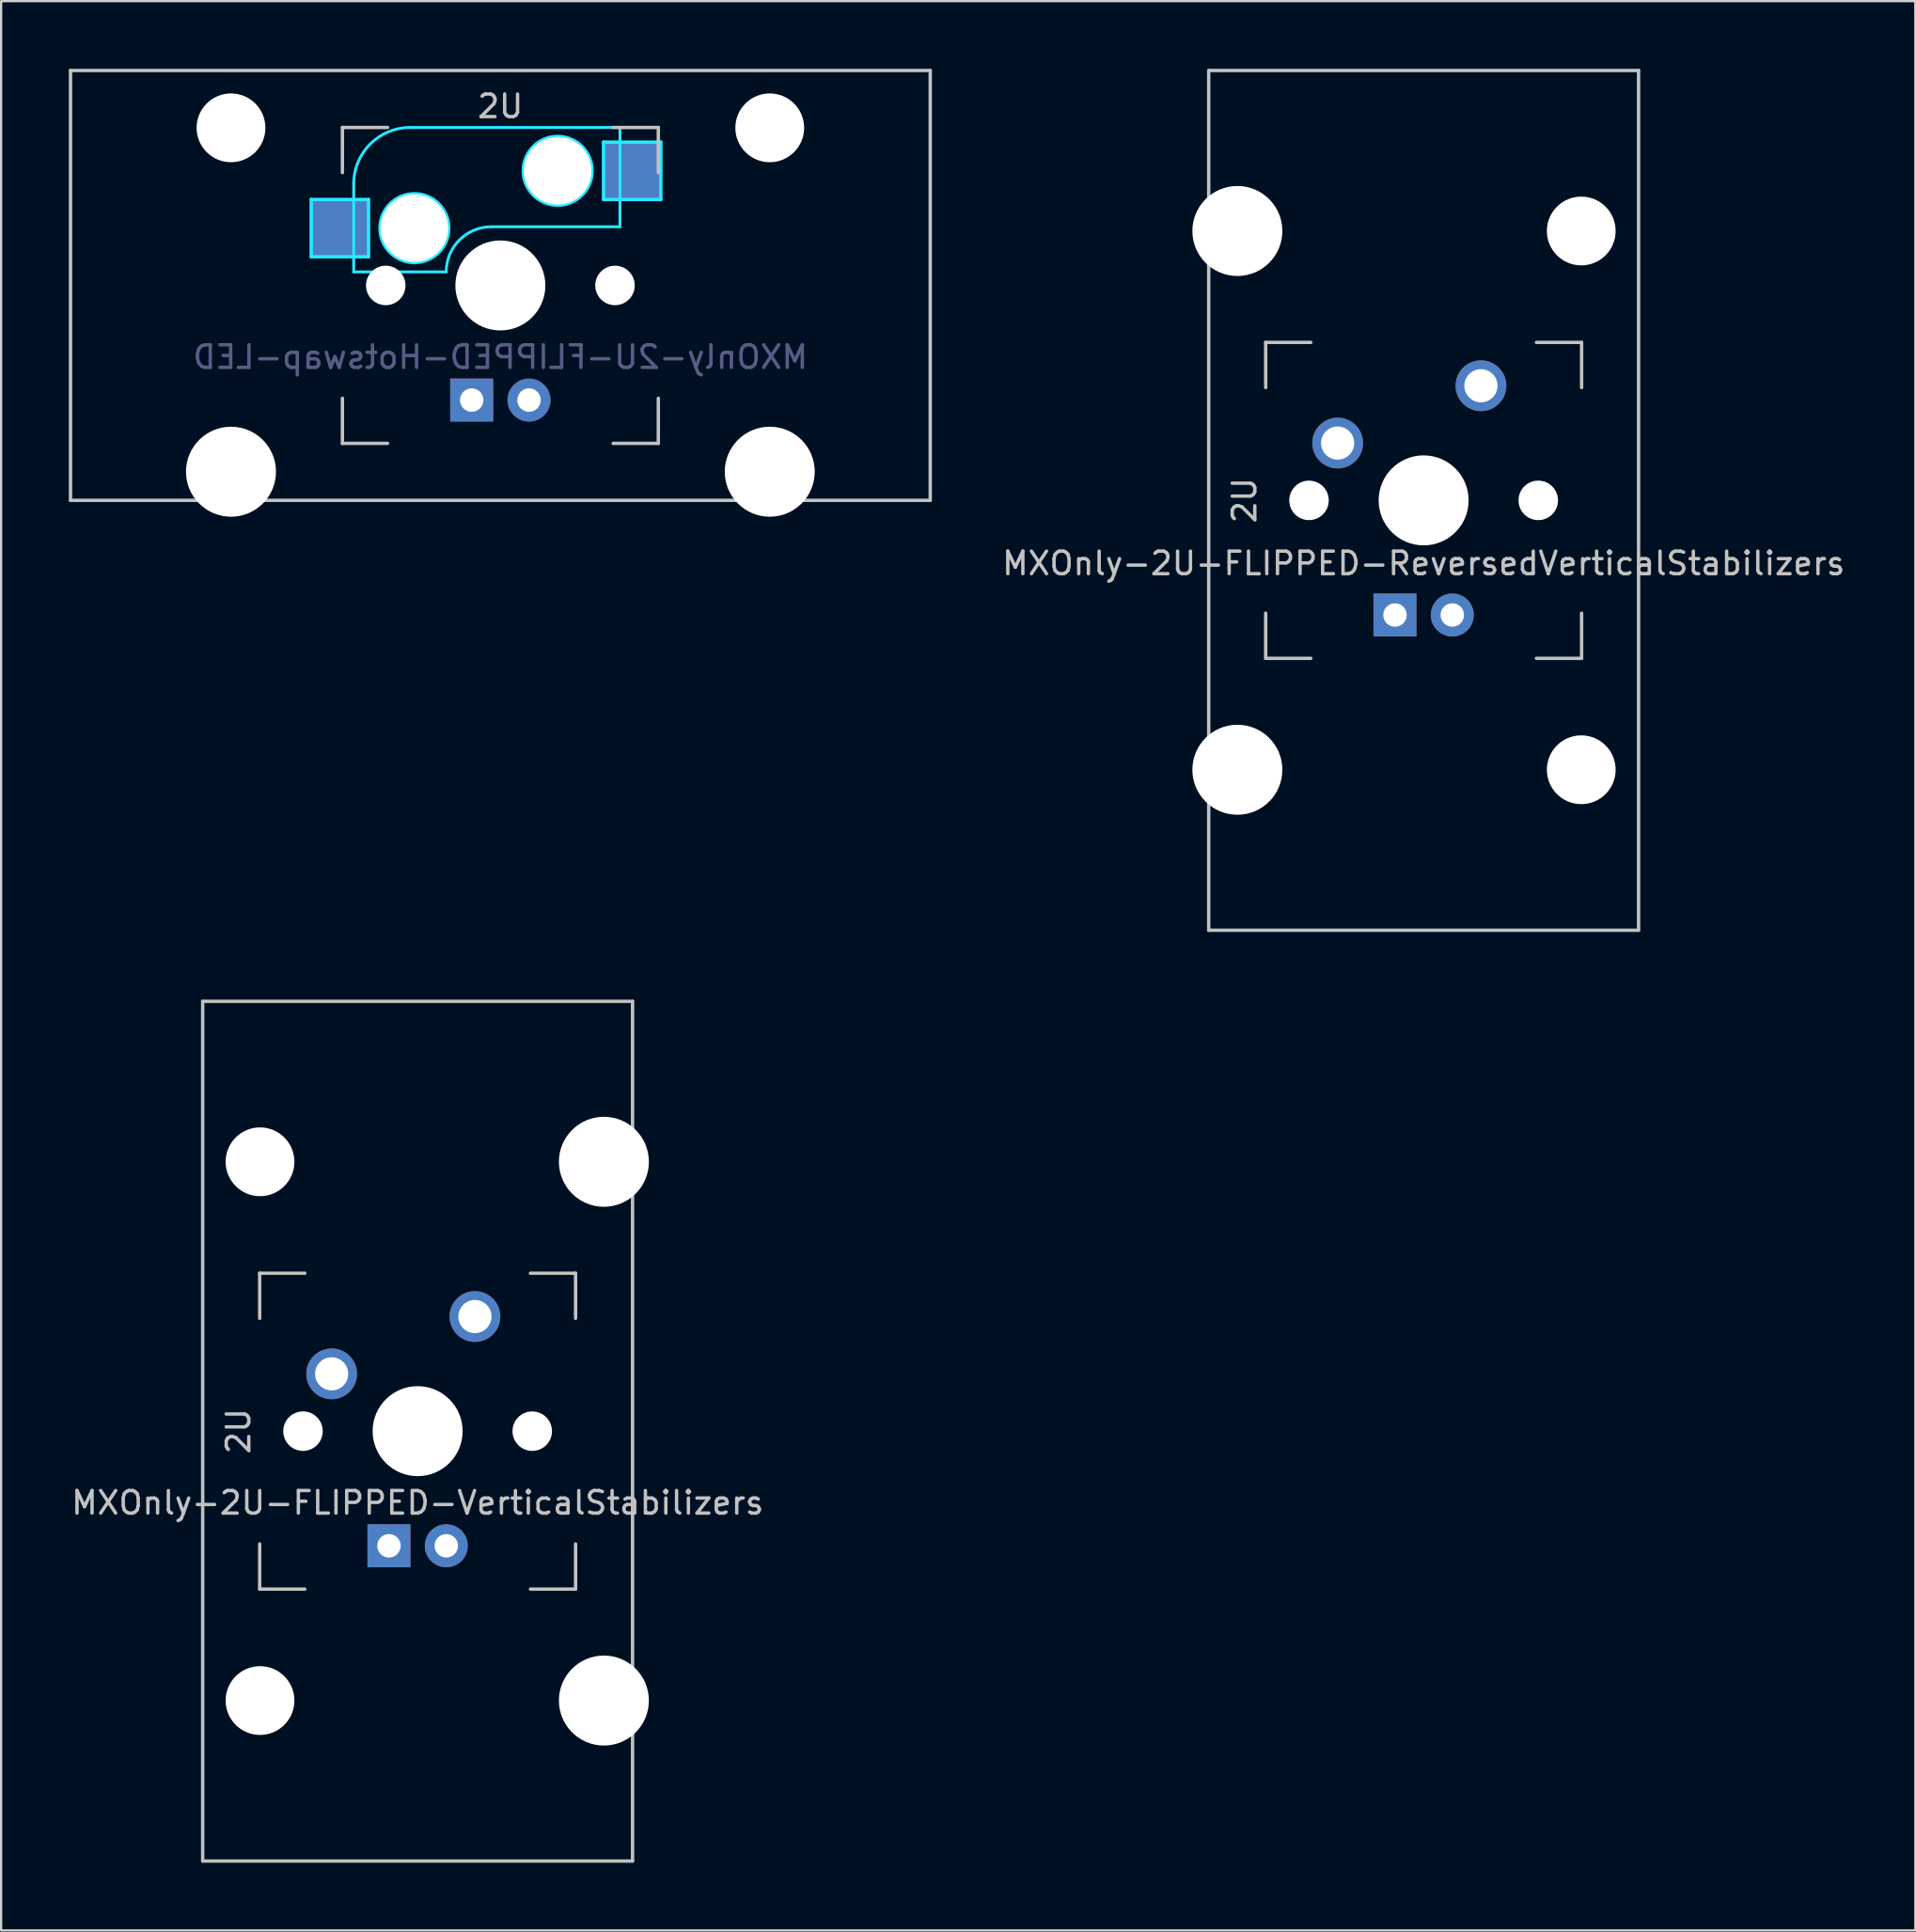
<source format=kicad_pcb>
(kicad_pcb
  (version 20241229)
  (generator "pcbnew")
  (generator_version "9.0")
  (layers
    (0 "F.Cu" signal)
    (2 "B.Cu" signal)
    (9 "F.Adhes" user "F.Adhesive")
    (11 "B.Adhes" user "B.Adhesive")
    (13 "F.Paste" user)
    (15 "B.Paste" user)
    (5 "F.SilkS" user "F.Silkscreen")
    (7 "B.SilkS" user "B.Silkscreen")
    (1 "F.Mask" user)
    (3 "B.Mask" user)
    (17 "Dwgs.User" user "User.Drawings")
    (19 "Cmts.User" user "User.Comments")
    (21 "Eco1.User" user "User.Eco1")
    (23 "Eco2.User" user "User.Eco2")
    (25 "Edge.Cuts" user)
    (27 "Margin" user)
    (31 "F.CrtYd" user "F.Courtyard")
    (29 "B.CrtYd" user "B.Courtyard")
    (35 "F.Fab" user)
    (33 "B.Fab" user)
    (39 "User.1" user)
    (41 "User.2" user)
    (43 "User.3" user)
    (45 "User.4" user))
  (footprint "MXOnly-2U-FLIPPED-VerticalStabilizers"
    (layer "F.Cu")
    (at 15.458 60.375)
    (property "Reference" "MXOnly-2U-FLIPPED-VerticalStabilizers" (at 0 3.175 0) (layer "Dwgs.User") (effects (font (size 1 1) (thickness 0.15))))
    (attr through_hole)
    (fp_line (start -9.525 -19.05) (end 9.525 -19.05) (stroke (width 0.15) (type solid)) (layer "Dwgs.User"))
    (fp_line (start -9.525 19.05) (end -9.525 -19.05) (stroke (width 0.15) (type solid)) (layer "Dwgs.User"))
    (fp_line (start -7 -7) (end -7 -5) (stroke (width 0.15) (type solid)) (layer "Dwgs.User"))
    (fp_line (start -7 5) (end -7 7) (stroke (width 0.15) (type solid)) (layer "Dwgs.User"))
    (fp_line (start -7 7) (end -5 7) (stroke (width 0.15) (type solid)) (layer "Dwgs.User"))
    (fp_line (start -5 -7) (end -7 -7) (stroke (width 0.15) (type solid)) (layer "Dwgs.User"))
    (fp_line (start 5 -7) (end 7 -7) (stroke (width 0.15) (type solid)) (layer "Dwgs.User"))
    (fp_line (start 5 7) (end 7 7) (stroke (width 0.15) (type solid)) (layer "Dwgs.User"))
    (fp_line (start 7 -7) (end 7 -5) (stroke (width 0.15) (type solid)) (layer "Dwgs.User"))
    (fp_line (start 7 7) (end 7 5) (stroke (width 0.15) (type solid)) (layer "Dwgs.User"))
    (fp_line (start 9.525 19.05) (end -9.525 19.05) (stroke (width 0.15) (type solid)) (layer "Dwgs.User"))
    (fp_line (start 9.525 19.05) (end 9.525 -19.05) (stroke (width 0.15) (type solid)) (layer "Dwgs.User"))
    (fp_text user "2U" (at -7.938 0 270) (layer "Dwgs.User") (effects (font (size 1 1) (thickness 0.15))))
    (pad "" np_thru_hole circle (at -6.985 -11.938 180) (size 3.048 3.048) (drill 3.048) (layers "*.Cu" "*.Mask"))
    (pad "" np_thru_hole circle (at -6.985 11.938 90) (size 3.048 3.048) (drill 3.048) (layers "*.Cu" "*.Mask"))
    (pad "" np_thru_hole circle (at -5.08 0 48.1) (size 1.75 1.75) (drill 1.75) (layers "*.Cu" "*.Mask"))
    (pad "" np_thru_hole circle (at 0 0) (size 3.988 3.988) (drill 3.988) (layers "*.Cu" "*.Mask"))
    (pad "" np_thru_hole circle (at 5.08 0 48.1) (size 1.75 1.75) (drill 1.75) (layers "*.Cu" "*.Mask"))
    (pad "" np_thru_hole circle (at 8.255 -11.938 90) (size 3.988 3.988) (drill 3.988) (layers "*.Cu" "*.Mask"))
    (pad "" np_thru_hole circle (at 8.255 11.938 90) (size 3.988 3.988) (drill 3.988) (layers "*.Cu" "*.Mask"))
    (pad "1" thru_hole circle (at -3.81 -2.54) (size 2.25 2.25) (drill 1.47) (layers "*.Cu" "B.Mask"))
    (pad "2" thru_hole circle (at 2.54 -5.08) (size 2.25 2.25) (drill 1.47) (layers "*.Cu" "B.Mask"))
    (pad "3" thru_hole circle (at 1.27 5.08) (size 1.905 1.905) (drill 1.04) (layers "*.Cu" "B.Mask"))
    (pad "4" thru_hole rect (at -1.27 5.08) (size 1.905 1.905) (drill 1.04) (layers "*.Cu" "B.Mask")))
  (footprint "MXOnly-2U-FLIPPED-ReversedVerticalStabilizers"
    (layer "F.Cu")
    (at 60.042 19.125)
    (property "Reference" "MXOnly-2U-FLIPPED-ReversedVerticalStabilizers" (at 0 2.794 0) (layer "Dwgs.User") (effects (font (size 1 1) (thickness 0.15))))
    (attr through_hole)
    (fp_line (start -9.525 -19.05) (end 9.525 -19.05) (stroke (width 0.15) (type solid)) (layer "Dwgs.User"))
    (fp_line (start -9.525 19.05) (end -9.525 -19.05) (stroke (width 0.15) (type solid)) (layer "Dwgs.User"))
    (fp_line (start -7 -7) (end -7 -5) (stroke (width 0.15) (type solid)) (layer "Dwgs.User"))
    (fp_line (start -7 5) (end -7 7) (stroke (width 0.15) (type solid)) (layer "Dwgs.User"))
    (fp_line (start -7 7) (end -5 7) (stroke (width 0.15) (type solid)) (layer "Dwgs.User"))
    (fp_line (start -5 -7) (end -7 -7) (stroke (width 0.15) (type solid)) (layer "Dwgs.User"))
    (fp_line (start 5 -7) (end 7 -7) (stroke (width 0.15) (type solid)) (layer "Dwgs.User"))
    (fp_line (start 5 7) (end 7 7) (stroke (width 0.15) (type solid)) (layer "Dwgs.User"))
    (fp_line (start 7 -7) (end 7 -5) (stroke (width 0.15) (type solid)) (layer "Dwgs.User"))
    (fp_line (start 7 7) (end 7 5) (stroke (width 0.15) (type solid)) (layer "Dwgs.User"))
    (fp_line (start 9.525 19.05) (end -9.525 19.05) (stroke (width 0.15) (type solid)) (layer "Dwgs.User"))
    (fp_line (start 9.525 19.05) (end 9.525 -19.05) (stroke (width 0.15) (type solid)) (layer "Dwgs.User"))
    (fp_text user "2U" (at -7.938 0 270) (layer "Dwgs.User") (effects (font (size 1 1) (thickness 0.15))))
    (pad "" np_thru_hole circle (at -8.255 -11.938 90) (size 3.988 3.988) (drill 3.988) (layers "*.Cu" "*.Mask"))
    (pad "" np_thru_hole circle (at -8.255 11.938 90) (size 3.988 3.988) (drill 3.988) (layers "*.Cu" "*.Mask"))
    (pad "" np_thru_hole circle (at -5.08 0 48.1) (size 1.75 1.75) (drill 1.75) (layers "*.Cu" "*.Mask"))
    (pad "" np_thru_hole circle (at 0 0) (size 3.988 3.988) (drill 3.988) (layers "*.Cu" "*.Mask"))
    (pad "" np_thru_hole circle (at 5.08 0 48.1) (size 1.75 1.75) (drill 1.75) (layers "*.Cu" "*.Mask"))
    (pad "" np_thru_hole circle (at 6.985 -11.938 180) (size 3.048 3.048) (drill 3.048) (layers "*.Cu" "*.Mask"))
    (pad "" np_thru_hole circle (at 6.985 11.938 90) (size 3.048 3.048) (drill 3.048) (layers "*.Cu" "*.Mask"))
    (pad "1" thru_hole circle (at -3.81 -2.54) (size 2.25 2.25) (drill 1.47) (layers "*.Cu" "B.Mask"))
    (pad "2" thru_hole circle (at 2.54 -5.08) (size 2.25 2.25) (drill 1.47) (layers "*.Cu" "B.Mask"))
    (pad "3" thru_hole circle (at 1.27 5.08) (size 1.905 1.905) (drill 1.04) (layers "*.Cu" "B.Mask"))
    (pad "4" thru_hole rect (at -1.27 5.08) (size 1.905 1.905) (drill 1.04) (layers "*.Cu" "B.Mask")))
  (footprint "MXOnly-2U-FLIPPED-Hotswap-LED"
    (layer "F.Cu")
    (at 19.125 9.6)
    (property "Reference" "MXOnly-2U-FLIPPED-Hotswap-LED" (at 0 3.175 0) (layer "B.Fab") (effects (font (size 1 1) (thickness 0.15)) (justify mirror)))
    (attr through_hole)
    (fp_line (start -19.05 -9.525) (end 19.05 -9.525) (stroke (width 0.15) (type solid)) (layer "Dwgs.User"))
    (fp_line (start -19.05 9.525) (end -19.05 -9.525) (stroke (width 0.15) (type solid)) (layer "Dwgs.User"))
    (fp_line (start -7 -7) (end -7 -5) (stroke (width 0.15) (type solid)) (layer "Dwgs.User"))
    (fp_line (start -7 5) (end -7 7) (stroke (width 0.15) (type solid)) (layer "Dwgs.User"))
    (fp_line (start -7 7) (end -5 7) (stroke (width 0.15) (type solid)) (layer "Dwgs.User"))
    (fp_line (start -5 -7) (end -7 -7) (stroke (width 0.15) (type solid)) (layer "Dwgs.User"))
    (fp_line (start 5 -7) (end 7 -7) (stroke (width 0.15) (type solid)) (layer "Dwgs.User"))
    (fp_line (start 5 7) (end 7 7) (stroke (width 0.15) (type solid)) (layer "Dwgs.User"))
    (fp_line (start 7 -7) (end 7 -5) (stroke (width 0.15) (type solid)) (layer "Dwgs.User"))
    (fp_line (start 7 7) (end 7 5) (stroke (width 0.15) (type solid)) (layer "Dwgs.User"))
    (fp_line (start 19.05 -9.525) (end 19.05 9.525) (stroke (width 0.15) (type solid)) (layer "Dwgs.User"))
    (fp_line (start 19.05 9.525) (end -19.05 9.525) (stroke (width 0.15) (type solid)) (layer "Dwgs.User"))
    (fp_line (start -8.382 -3.81) (end -5.842 -3.81) (stroke (width 0.15) (type solid)) (layer "B.CrtYd"))
    (fp_line (start -8.382 -1.27) (end -8.382 -3.81) (stroke (width 0.15) (type solid)) (layer "B.CrtYd"))
    (fp_line (start -6.5 -4.5) (end -6.5 -0.6) (stroke (width 0.127) (type solid)) (layer "B.CrtYd"))
    (fp_line (start -6.5 -0.6) (end -2.4 -0.6) (stroke (width 0.127) (type solid)) (layer "B.CrtYd"))
    (fp_line (start -5.842 -3.81) (end -5.842 -1.27) (stroke (width 0.15) (type solid)) (layer "B.CrtYd"))
    (fp_line (start -5.842 -1.27) (end -8.382 -1.27) (stroke (width 0.15) (type solid)) (layer "B.CrtYd"))
    (fp_line (start -0.4 -2.6) (end 5.3 -2.6) (stroke (width 0.127) (type solid)) (layer "B.CrtYd"))
    (fp_line (start 4.572 -6.35) (end 7.112 -6.35) (stroke (width 0.15) (type solid)) (layer "B.CrtYd"))
    (fp_line (start 4.572 -3.81) (end 4.572 -6.35) (stroke (width 0.15) (type solid)) (layer "B.CrtYd"))
    (fp_line (start 5.3 -7) (end -4 -7) (stroke (width 0.127) (type solid)) (layer "B.CrtYd"))
    (fp_line (start 5.3 -7) (end 5.3 -2.6) (stroke (width 0.127) (type solid)) (layer "B.CrtYd"))
    (fp_line (start 7.112 -6.35) (end 7.112 -3.81) (stroke (width 0.15) (type solid)) (layer "B.CrtYd"))
    (fp_line (start 7.112 -3.81) (end 4.572 -3.81) (stroke (width 0.15) (type solid)) (layer "B.CrtYd"))
    (fp_arc (start -6.5 -4.5) (mid -5.767767 -6.267767) (end -4 -7) (stroke (width 0.127) (type solid)) (layer "B.CrtYd"))
    (fp_arc (start -2.4 -0.6) (mid -1.814214 -2.014214) (end -0.4 -2.6) (stroke (width 0.127) (type solid)) (layer "B.CrtYd"))
    (fp_circle (center -3.81 -2.54) (end -3.81 -4.064) (stroke (width 0.15) (type solid)) (fill no) (layer "B.CrtYd"))
    (fp_circle (center 2.54 -5.08) (end 2.54 -6.604) (stroke (width 0.15) (type solid)) (fill no) (layer "B.CrtYd"))
    (fp_text user "2U" (at 0 -7.938 0) (layer "Dwgs.User") (effects (font (size 1 1) (thickness 0.15))))
    (pad "" np_thru_hole circle (at -11.938 -6.985) (size 3.048 3.048) (drill 3.048) (layers "*.Cu" "*.Mask"))
    (pad "" np_thru_hole circle (at -11.938 8.255) (size 3.988 3.988) (drill 3.988) (layers "*.Cu" "*.Mask"))
    (pad "" np_thru_hole circle (at -5.08 0 48.1) (size 1.75 1.75) (drill 1.75) (layers "*.Cu" "*.Mask"))
    (pad "" np_thru_hole circle (at -3.81 -2.54) (size 3 3) (drill 3) (layers "*.Cu" "*.Mask"))
    (pad "" np_thru_hole circle (at 0 0) (size 3.988 3.988) (drill 3.988) (layers "*.Cu" "*.Mask"))
    (pad "" np_thru_hole circle (at 2.54 -5.08) (size 3 3) (drill 3) (layers "*.Cu" "*.Mask"))
    (pad "" np_thru_hole circle (at 5.08 0 48.1) (size 1.75 1.75) (drill 1.75) (layers "*.Cu" "*.Mask"))
    (pad "" np_thru_hole circle (at 11.938 -6.985) (size 3.048 3.048) (drill 3.048) (layers "*.Cu" "*.Mask"))
    (pad "" np_thru_hole circle (at 11.938 8.255) (size 3.988 3.988) (drill 3.988) (layers "*.Cu" "*.Mask"))
    (pad "1" smd rect (at -7.085 -2.54) (size 2.55 2.5) (layers "B.Cu" "B.Mask" "B.Paste"))
    (pad "2" smd rect (at 5.842 -5.08) (size 2.55 2.5) (layers "B.Cu" "B.Mask" "B.Paste"))
    (pad "3" thru_hole circle (at 1.27 5.08) (size 1.905 1.905) (drill 1.04) (layers "*.Cu" "B.Mask"))
    (pad "4" thru_hole rect (at -1.27 5.08) (size 1.905 1.905) (drill 1.04) (layers "*.Cu" "B.Mask")))
  (gr_rect
    (start -3 -3)
    (end 81.833 82.5)
    (stroke (width 0.1) (type default))
    (fill no)
    (layer "Edge.Cuts")))
</source>
